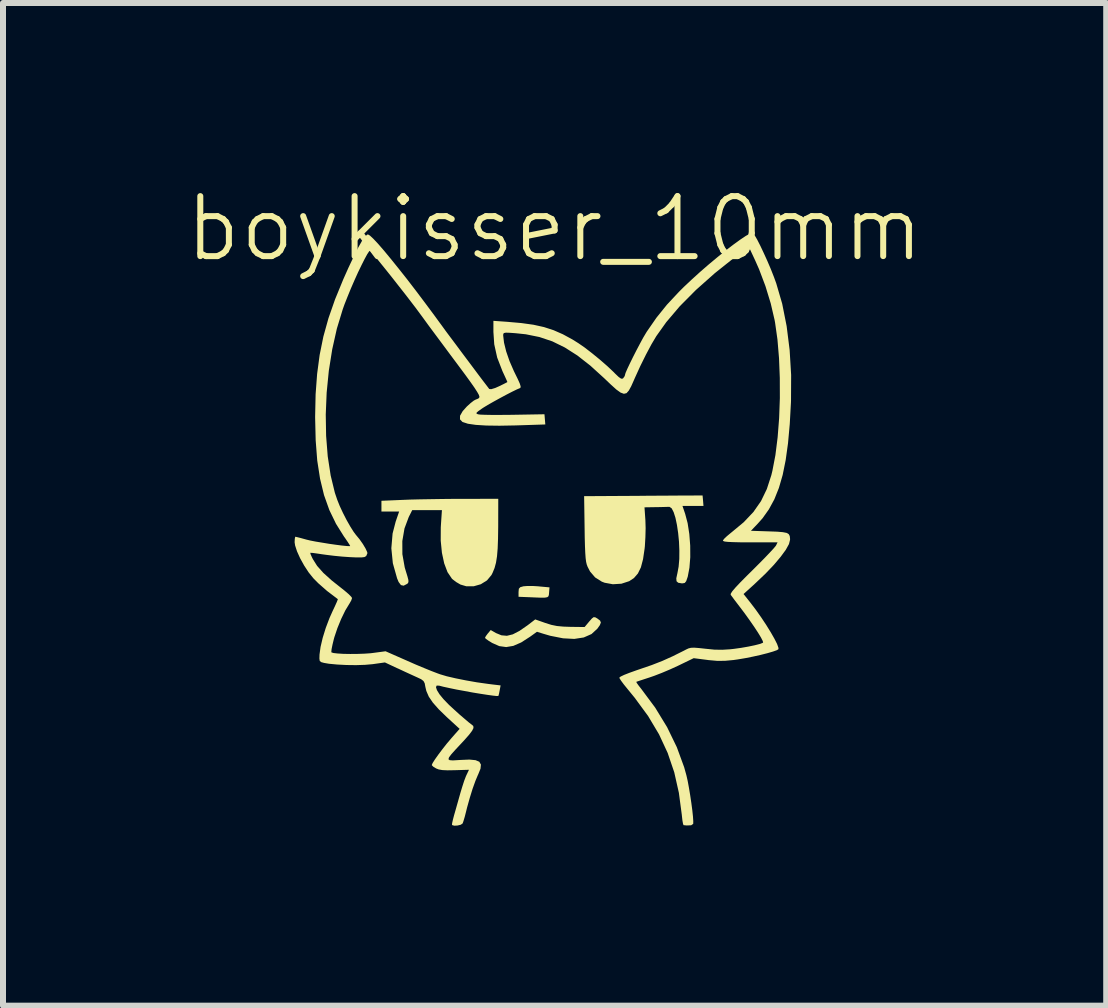
<source format=kicad_pcb>
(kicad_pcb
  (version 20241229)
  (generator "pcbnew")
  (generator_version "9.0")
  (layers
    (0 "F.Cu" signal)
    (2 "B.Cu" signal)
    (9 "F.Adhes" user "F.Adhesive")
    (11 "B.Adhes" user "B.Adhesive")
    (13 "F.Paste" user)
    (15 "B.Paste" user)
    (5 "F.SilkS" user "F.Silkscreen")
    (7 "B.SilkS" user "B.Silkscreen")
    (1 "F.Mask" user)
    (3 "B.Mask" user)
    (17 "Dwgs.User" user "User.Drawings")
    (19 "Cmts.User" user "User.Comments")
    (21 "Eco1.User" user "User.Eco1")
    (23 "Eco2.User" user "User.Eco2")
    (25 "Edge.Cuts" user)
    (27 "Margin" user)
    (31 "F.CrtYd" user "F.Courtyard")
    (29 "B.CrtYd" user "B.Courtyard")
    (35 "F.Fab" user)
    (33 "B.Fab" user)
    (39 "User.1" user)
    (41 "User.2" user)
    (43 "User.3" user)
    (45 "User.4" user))
  (footprint "boykisser_10mm"
    (layer "F.Cu")
    (at 6.193 5.761)
    (property "Reference" "boykisser_10mm" (at 0 -5 0) (unlocked yes) (layer "F.SilkS") (effects (font (size 1 1) (thickness 0.1))))
    (attr smd)
    (fp_poly (pts (xy 2.383 1.085) (xy 2.414 1.119) (xy 2.427 1.142) (xy 2.428 1.165) (xy 2.414 1.195) (xy 2.38 1.237) (xy 2.322 1.3) (xy 2.236 1.388) (xy 2.153 1.469) (xy 2.08 1.536) (xy 2.023 1.583) (xy 1.989 1.603) (xy 1.987 1.603) (xy 1.94 1.59) (xy 1.907 1.572) (xy 1.875 1.527) (xy 1.853 1.457) (xy 1.85 1.442) (xy 1.837 1.343) (xy 1.738 1.415) (xy 1.667 1.463) (xy 1.622 1.483) (xy 1.593 1.475) (xy 1.57 1.442) (xy 1.569 1.442) (xy 1.551 1.398) (xy 1.553 1.36) (xy 1.58 1.32) (xy 1.638 1.271) (xy 1.72 1.212) (xy 1.834 1.138) (xy 1.919 1.099) (xy 1.978 1.094) (xy 2.014 1.123) (xy 2.032 1.187) (xy 2.035 1.246) (xy 2.035 1.329) (xy 2.176 1.198) (xy 2.245 1.137) (xy 2.304 1.092) (xy 2.342 1.068) (xy 2.348 1.067)) (stroke (width 0) (type solid)) (fill yes) (layer "F.Mask"))
    (fp_poly (pts (xy -2.708 1.118) (xy -2.671 1.124) (xy -2.652 1.141) (xy -2.646 1.179) (xy -2.648 1.25) (xy -2.649 1.26) (xy -2.651 1.331) (xy -2.648 1.38) (xy -2.643 1.394) (xy -2.618 1.384) (xy -2.561 1.358) (xy -2.484 1.321) (xy -2.454 1.306) (xy -2.367 1.264) (xy -2.313 1.241) (xy -2.28 1.235) (xy -2.26 1.244) (xy -2.243 1.264) (xy -2.219 1.304) (xy -2.214 1.339) (xy -2.234 1.373) (xy -2.283 1.411) (xy -2.365 1.459) (xy -2.479 1.517) (xy -2.584 1.567) (xy -2.678 1.609) (xy -2.75 1.638) (xy -2.792 1.65) (xy -2.794 1.65) (xy -2.84 1.63) (xy -2.867 1.594) (xy -2.88 1.529) (xy -2.866 1.462) (xy -2.845 1.392) (xy -2.844 1.355) (xy -2.867 1.35) (xy -2.918 1.378) (xy -3.001 1.436) (xy -3.006 1.44) (xy -3.13 1.534) (xy -3.189 1.474) (xy -3.248 1.414) (xy -3.155 1.333) (xy -3.069 1.267) (xy -2.969 1.207) (xy -2.868 1.158) (xy -2.777 1.126) (xy -2.71 1.118)) (stroke (width 0) (type solid)) (fill yes) (layer "F.Mask"))
    (fp_poly (pts (xy -0.362 0.955) (xy -0.264 0.961) (xy -0.261 0.962) (xy -0.085 0.978) (xy -0.092 1.063) (xy -0.095 1.101) (xy -0.103 1.127) (xy -0.122 1.142) (xy -0.161 1.149) (xy -0.227 1.15) (xy -0.329 1.146) (xy -0.397 1.143) (xy -0.601 1.135) (xy -0.601 1.056) (xy -0.596 1.001) (xy -0.572 0.975) (xy -0.519 0.96) (xy -0.454 0.955)) (stroke (width 0) (type solid)) (fill yes) (layer "F.SilkS"))
    (fp_poly (pts (xy 0.68 1.478) (xy 0.714 1.498) (xy 0.758 1.532) (xy 0.771 1.564) (xy 0.754 1.608) (xy 0.712 1.667) (xy 0.615 1.756) (xy 0.486 1.813) (xy 0.328 1.837) (xy 0.141 1.827) (xy -0.072 1.785) (xy -0.185 1.752) (xy -0.294 1.718) (xy -0.408 1.8) (xy -0.557 1.896) (xy -0.688 1.953) (xy -0.807 1.973) (xy -0.922 1.957) (xy -1.037 1.906) (xy -1.038 1.906) (xy -1.103 1.866) (xy -1.147 1.834) (xy -1.16 1.819) (xy -1.146 1.791) (xy -1.113 1.746) (xy -1.112 1.746) (xy -1.065 1.689) (xy -0.976 1.74) (xy -0.886 1.777) (xy -0.795 1.785) (xy -0.697 1.761) (xy -0.585 1.703) (xy -0.452 1.611) (xy -0.444 1.605) (xy -0.323 1.512) (xy -0.153 1.572) (xy -0.054 1.603) (xy 0.039 1.622) (xy 0.145 1.632) (xy 0.259 1.636) (xy 0.5 1.639) (xy 0.576 1.548) (xy 0.622 1.496) (xy 0.652 1.474)) (stroke (width 0) (type solid)) (fill yes) (layer "F.SilkS"))
    (fp_poly (pts (xy -0.94 -0.036) (xy -0.943 0.167) (xy -0.949 0.33) (xy -0.96 0.461) (xy -0.977 0.568) (xy -1.001 0.656) (xy -1.033 0.734) (xy -1.052 0.772) (xy -1.127 0.862) (xy -1.23 0.926) (xy -1.349 0.96) (xy -1.471 0.96) (xy -1.569 0.931) (xy -1.641 0.889) (xy -1.702 0.842) (xy -1.713 0.831) (xy -1.785 0.724) (xy -1.84 0.578) (xy -1.878 0.402) (xy -1.898 0.2) (xy -1.897 -0.02) (xy -1.894 -0.07) (xy -1.878 -0.309) (xy -2.125 -0.309) (xy -2.373 -0.309) (xy -2.431 -0.194) (xy -2.502 -0.004) (xy -2.538 0.206) (xy -2.537 0.425) (xy -2.498 0.645) (xy -2.48 0.706) (xy -2.452 0.797) (xy -2.437 0.855) (xy -2.436 0.89) (xy -2.447 0.911) (xy -2.46 0.921) (xy -2.516 0.95) (xy -2.561 0.94) (xy -2.6 0.888) (xy -2.625 0.828) (xy -2.696 0.576) (xy -2.721 0.326) (xy -2.7 0.08) (xy -2.649 -0.117) (xy -2.591 -0.286) (xy -2.739 -0.286) (xy -2.886 -0.286) (xy -2.886 -0.375) (xy -2.886 -0.465) (xy -2.531 -0.48) (xy -2.404 -0.485) (xy -2.243 -0.489) (xy -2.058 -0.492) (xy -1.862 -0.495) (xy -1.667 -0.497) (xy -1.557 -0.497) (xy -0.939 -0.498)) (stroke (width 0) (type solid)) (fill yes) (layer "F.SilkS"))
    (fp_poly (pts (xy 2.474 -0.466) (xy 2.481 -0.379) (xy 2.306 -0.379) (xy 2.131 -0.379) (xy 2.176 -0.247) (xy 2.217 -0.092) (xy 2.245 0.089) (xy 2.26 0.283) (xy 2.261 0.475) (xy 2.247 0.651) (xy 2.219 0.799) (xy 2.215 0.811) (xy 2.193 0.875) (xy 2.169 0.904) (xy 2.134 0.911) (xy 2.117 0.911) (xy 2.06 0.901) (xy 2.032 0.876) (xy 2.028 0.827) (xy 2.046 0.744) (xy 2.047 0.74) (xy 2.067 0.632) (xy 2.078 0.504) (xy 2.079 0.363) (xy 2.073 0.217) (xy 2.059 0.073) (xy 2.039 -0.062) (xy 2.014 -0.181) (xy 1.984 -0.275) (xy 1.951 -0.339) (xy 1.915 -0.364) (xy 1.91 -0.364) (xy 1.869 -0.363) (xy 1.796 -0.361) (xy 1.705 -0.359) (xy 1.685 -0.359) (xy 1.498 -0.356) (xy 1.513 -0.14) (xy 1.517 -0.009) (xy 1.513 0.144) (xy 1.504 0.295) (xy 1.5 0.332) (xy 1.474 0.508) (xy 1.438 0.645) (xy 1.388 0.747) (xy 1.322 0.823) (xy 1.243 0.875) (xy 1.114 0.917) (xy 0.971 0.926) (xy 0.834 0.901) (xy 0.787 0.883) (xy 0.675 0.812) (xy 0.591 0.714) (xy 0.55 0.635) (xy 0.536 0.598) (xy 0.525 0.552) (xy 0.517 0.49) (xy 0.511 0.405) (xy 0.506 0.292) (xy 0.502 0.144) (xy 0.5 0) (xy 0.492 -0.542) (xy 1.176 -0.546) (xy 1.369 -0.547) (xy 1.564 -0.549) (xy 1.75 -0.55) (xy 1.919 -0.551) (xy 2.061 -0.552) (xy 2.163 -0.552) (xy 2.466 -0.554)) (stroke (width 0) (type solid)) (fill yes) (layer "F.SilkS"))
    (fp_poly (pts (xy 3.304 -4.929) (xy 3.334 -4.89) (xy 3.377 -4.816) (xy 3.429 -4.714) (xy 3.486 -4.593) (xy 3.546 -4.461) (xy 3.604 -4.325) (xy 3.656 -4.193) (xy 3.694 -4.088) (xy 3.793 -3.749) (xy 3.867 -3.376) (xy 3.917 -2.978) (xy 3.942 -2.562) (xy 3.94 -2.136) (xy 3.939 -2.105) (xy 3.919 -1.744) (xy 3.89 -1.424) (xy 3.851 -1.143) (xy 3.801 -0.896) (xy 3.738 -0.679) (xy 3.662 -0.489) (xy 3.571 -0.322) (xy 3.465 -0.173) (xy 3.382 -0.08) (xy 3.272 0.035) (xy 3.576 0.045) (xy 3.71 0.05) (xy 3.804 0.058) (xy 3.866 0.07) (xy 3.902 0.091) (xy 3.919 0.123) (xy 3.924 0.168) (xy 3.924 0.184) (xy 3.906 0.256) (xy 3.853 0.352) (xy 3.768 0.468) (xy 3.655 0.602) (xy 3.515 0.749) (xy 3.351 0.905) (xy 3.309 0.944) (xy 3.149 1.089) (xy 3.265 1.235) (xy 3.356 1.355) (xy 3.445 1.481) (xy 3.529 1.608) (xy 3.603 1.728) (xy 3.664 1.835) (xy 3.708 1.922) (xy 3.73 1.984) (xy 3.731 2.008) (xy 3.704 2.025) (xy 3.639 2.048) (xy 3.546 2.075) (xy 3.432 2.104) (xy 3.306 2.132) (xy 3.176 2.158) (xy 3.051 2.179) (xy 2.98 2.189) (xy 2.839 2.202) (xy 2.71 2.203) (xy 2.565 2.19) (xy 2.544 2.187) (xy 2.318 2.158) (xy 2.054 2.286) (xy 1.927 2.344) (xy 1.79 2.402) (xy 1.661 2.452) (xy 1.58 2.48) (xy 1.488 2.51) (xy 1.415 2.534) (xy 1.37 2.549) (xy 1.361 2.553) (xy 1.37 2.572) (xy 1.402 2.617) (xy 1.444 2.67) (xy 1.676 2.982) (xy 1.875 3.308) (xy 2.037 3.642) (xy 2.159 3.975) (xy 2.197 4.112) (xy 2.218 4.205) (xy 2.239 4.319) (xy 2.26 4.445) (xy 2.279 4.573) (xy 2.295 4.694) (xy 2.306 4.798) (xy 2.311 4.876) (xy 2.31 4.919) (xy 2.309 4.92) (xy 2.276 4.943) (xy 2.202 4.946) (xy 2.149 4.941) (xy 2.14 4.918) (xy 2.13 4.861) (xy 2.121 4.781) (xy 2.12 4.77) (xy 2.071 4.402) (xy 1.994 4.06) (xy 1.884 3.737) (xy 1.74 3.427) (xy 1.558 3.122) (xy 1.334 2.817) (xy 1.213 2.669) (xy 1.153 2.595) (xy 1.107 2.533) (xy 1.081 2.491) (xy 1.079 2.482) (xy 1.1 2.465) (xy 1.158 2.437) (xy 1.247 2.402) (xy 1.359 2.362) (xy 1.423 2.34) (xy 1.621 2.272) (xy 1.795 2.204) (xy 1.966 2.127) (xy 2.153 2.034) (xy 2.193 2.013) (xy 2.232 1.995) (xy 2.273 1.985) (xy 2.327 1.983) (xy 2.404 1.989) (xy 2.515 2.001) (xy 2.665 2.016) (xy 2.793 2.018) (xy 2.925 2.01) (xy 2.987 2.003) (xy 3.109 1.986) (xy 3.229 1.965) (xy 3.335 1.943) (xy 3.417 1.922) (xy 3.467 1.903) (xy 3.475 1.898) (xy 3.469 1.872) (xy 3.44 1.815) (xy 3.391 1.734) (xy 3.326 1.635) (xy 3.249 1.524) (xy 3.165 1.407) (xy 3.122 1.35) (xy 3.055 1.262) (xy 2.996 1.185) (xy 2.954 1.128) (xy 2.934 1.102) (xy 2.937 1.081) (xy 2.962 1.042) (xy 3.014 0.981) (xy 3.094 0.896) (xy 3.204 0.785) (xy 3.288 0.702) (xy 3.398 0.592) (xy 3.498 0.491) (xy 3.582 0.403) (xy 3.645 0.335) (xy 3.683 0.29) (xy 3.69 0.28) (xy 3.716 0.227) (xy 3.26 0.227) (xy 3.095 0.227) (xy 2.973 0.224) (xy 2.887 0.22) (xy 2.834 0.214) (xy 2.809 0.205) (xy 2.805 0.198) (xy 2.823 0.171) (xy 2.87 0.126) (xy 2.936 0.071) (xy 2.951 0.059) (xy 3.152 -0.108) (xy 3.313 -0.278) (xy 3.44 -0.46) (xy 3.537 -0.661) (xy 3.612 -0.892) (xy 3.63 -0.966) (xy 3.68 -1.227) (xy 3.717 -1.523) (xy 3.742 -1.843) (xy 3.754 -2.176) (xy 3.753 -2.513) (xy 3.74 -2.842) (xy 3.714 -3.153) (xy 3.674 -3.436) (xy 3.666 -3.479) (xy 3.602 -3.754) (xy 3.514 -4.042) (xy 3.408 -4.323) (xy 3.343 -4.47) (xy 3.235 -4.701) (xy 3.026 -4.542) (xy 2.67 -4.258) (xy 2.356 -3.979) (xy 2.086 -3.707) (xy 1.861 -3.442) (xy 1.695 -3.209) (xy 1.613 -3.071) (xy 1.522 -2.9) (xy 1.427 -2.708) (xy 1.335 -2.506) (xy 1.323 -2.478) (xy 1.277 -2.375) (xy 1.237 -2.302) (xy 1.199 -2.259) (xy 1.155 -2.248) (xy 1.1 -2.268) (xy 1.029 -2.319) (xy 0.936 -2.403) (xy 0.826 -2.508) (xy 0.596 -2.717) (xy 0.38 -2.886) (xy 0.17 -3.02) (xy -0.038 -3.122) (xy -0.253 -3.194) (xy -0.48 -3.24) (xy -0.653 -3.258) (xy -0.751 -3.265) (xy -0.811 -3.267) (xy -0.843 -3.261) (xy -0.855 -3.247) (xy -0.857 -3.222) (xy -0.857 -3.22) (xy -0.843 -3.1) (xy -0.807 -2.954) (xy -0.751 -2.792) (xy -0.679 -2.627) (xy -0.666 -2.6) (xy -0.613 -2.492) (xy -0.58 -2.418) (xy -0.566 -2.372) (xy -0.569 -2.349) (xy -0.577 -2.343) (xy -0.627 -2.322) (xy -0.707 -2.283) (xy -0.806 -2.232) (xy -0.914 -2.174) (xy -1.021 -2.115) (xy -1.116 -2.061) (xy -1.188 -2.017) (xy -1.203 -2.007) (xy -1.269 -1.961) (xy -1.3 -1.934) (xy -1.302 -1.918) (xy -1.278 -1.907) (xy -1.274 -1.906) (xy -1.236 -1.901) (xy -1.159 -1.898) (xy -1.05 -1.896) (xy -0.916 -1.896) (xy -0.766 -1.897) (xy -0.695 -1.898) (xy -0.169 -1.907) (xy -0.162 -1.822) (xy -0.155 -1.737) (xy -0.652 -1.721) (xy -0.918 -1.716) (xy -1.139 -1.719) (xy -1.314 -1.73) (xy -1.445 -1.749) (xy -1.531 -1.777) (xy -1.536 -1.779) (xy -1.577 -1.822) (xy -1.576 -1.882) (xy -1.532 -1.959) (xy -1.462 -2.037) (xy -1.399 -2.094) (xy -1.346 -2.135) (xy -1.314 -2.152) (xy -1.313 -2.152) (xy -1.273 -2.168) (xy -1.256 -2.184) (xy -1.253 -2.201) (xy -1.263 -2.231) (xy -1.29 -2.279) (xy -1.335 -2.349) (xy -1.401 -2.443) (xy -1.49 -2.566) (xy -1.606 -2.722) (xy -1.62 -2.741) (xy -1.738 -2.899) (xy -1.861 -3.065) (xy -1.983 -3.229) (xy -2.096 -3.381) (xy -2.192 -3.513) (xy -2.248 -3.589) (xy -2.316 -3.681) (xy -2.401 -3.792) (xy -2.498 -3.918) (xy -2.602 -4.05) (xy -2.707 -4.184) (xy -2.809 -4.312) (xy -2.902 -4.427) (xy -2.981 -4.525) (xy -3.041 -4.597) (xy -3.074 -4.633) (xy -3.091 -4.622) (xy -3.123 -4.574) (xy -3.166 -4.495) (xy -3.218 -4.392) (xy -3.276 -4.272) (xy -3.336 -4.139) (xy -3.396 -4.001) (xy -3.452 -3.864) (xy -3.503 -3.735) (xy -3.531 -3.656) (xy -3.629 -3.334) (xy -3.706 -2.99) (xy -3.763 -2.632) (xy -3.799 -2.267) (xy -3.814 -1.902) (xy -3.808 -1.546) (xy -3.781 -1.205) (xy -3.732 -0.886) (xy -3.662 -0.598) (xy -3.622 -0.48) (xy -3.581 -0.378) (xy -3.527 -0.262) (xy -3.466 -0.143) (xy -3.404 -0.034) (xy -3.349 0.053) (xy -3.314 0.1) (xy -3.252 0.175) (xy -3.195 0.256) (xy -3.15 0.332) (xy -3.123 0.391) (xy -3.12 0.41) (xy -3.14 0.456) (xy -3.169 0.473) (xy -3.218 0.479) (xy -3.303 0.479) (xy -3.414 0.474) (xy -3.542 0.465) (xy -3.675 0.452) (xy -3.805 0.436) (xy -3.878 0.426) (xy -3.965 0.413) (xy -4.032 0.404) (xy -4.069 0.402) (xy -4.072 0.403) (xy -4.067 0.425) (xy -4.045 0.475) (xy -4.029 0.507) (xy -3.958 0.62) (xy -3.854 0.737) (xy -3.713 0.864) (xy -3.583 0.967) (xy -3.5 1.033) (xy -3.432 1.091) (xy -3.389 1.135) (xy -3.376 1.156) (xy -3.389 1.196) (xy -3.419 1.249) (xy -3.42 1.25) (xy -3.488 1.362) (xy -3.557 1.504) (xy -3.62 1.658) (xy -3.671 1.81) (xy -3.68 1.843) (xy -3.702 1.934) (xy -3.717 2.008) (xy -3.721 2.053) (xy -3.72 2.061) (xy -3.686 2.072) (xy -3.616 2.08) (xy -3.519 2.086) (xy -3.405 2.088) (xy -3.286 2.087) (xy -3.17 2.083) (xy -3.068 2.076) (xy -3.027 2.071) (xy -2.817 2.043) (xy -2.449 2.205) (xy -2.313 2.265) (xy -2.176 2.322) (xy -2.051 2.373) (xy -1.949 2.412) (xy -1.907 2.427) (xy -1.796 2.46) (xy -1.649 2.494) (xy -1.48 2.528) (xy -1.298 2.56) (xy -1.115 2.586) (xy -1.036 2.596) (xy -0.9 2.612) (xy -0.916 2.697) (xy -0.927 2.753) (xy -0.936 2.785) (xy -0.937 2.787) (xy -0.964 2.789) (xy -1.029 2.782) (xy -1.123 2.769) (xy -1.239 2.751) (xy -1.368 2.73) (xy -1.502 2.705) (xy -1.634 2.681) (xy -1.754 2.656) (xy -1.855 2.634) (xy -1.924 2.616) (xy -1.966 2.615) (xy -1.977 2.642) (xy -1.961 2.691) (xy -1.919 2.759) (xy -1.854 2.839) (xy -1.769 2.927) (xy -1.756 2.94) (xy -1.671 3.018) (xy -1.584 3.097) (xy -1.501 3.168) (xy -1.433 3.226) (xy -1.388 3.261) (xy -1.379 3.267) (xy -1.355 3.289) (xy -1.352 3.322) (xy -1.375 3.368) (xy -1.425 3.434) (xy -1.505 3.525) (xy -1.547 3.57) (xy -1.649 3.679) (xy -1.72 3.758) (xy -1.76 3.811) (xy -1.769 3.843) (xy -1.748 3.858) (xy -1.696 3.862) (xy -1.615 3.857) (xy -1.562 3.854) (xy -1.419 3.848) (xy -1.317 3.858) (xy -1.255 3.884) (xy -1.228 3.931) (xy -1.235 4) (xy -1.273 4.094) (xy -1.279 4.106) (xy -1.32 4.204) (xy -1.367 4.335) (xy -1.414 4.487) (xy -1.459 4.648) (xy -1.476 4.717) (xy -1.498 4.803) (xy -1.519 4.873) (xy -1.533 4.913) (xy -1.534 4.913) (xy -1.564 4.934) (xy -1.618 4.947) (xy -1.672 4.95) (xy -1.707 4.94) (xy -1.71 4.937) (xy -1.708 4.909) (xy -1.695 4.85) (xy -1.675 4.774) (xy -1.648 4.68) (xy -1.615 4.563) (xy -1.581 4.443) (xy -1.571 4.407) (xy -1.539 4.301) (xy -1.507 4.202) (xy -1.478 4.126) (xy -1.468 4.104) (xy -1.427 4.018) (xy -1.664 4.025) (xy -1.786 4.027) (xy -1.872 4.023) (xy -1.933 4.012) (xy -1.974 3.996) (xy -2.023 3.966) (xy -2.046 3.942) (xy -2.047 3.939) (xy -2.033 3.906) (xy -1.995 3.846) (xy -1.939 3.767) (xy -1.872 3.678) (xy -1.8 3.586) (xy -1.727 3.5) (xy -1.719 3.49) (xy -1.583 3.336) (xy -1.796 3.141) (xy -1.93 3.011) (xy -2.029 2.899) (xy -2.097 2.799) (xy -2.138 2.704) (xy -2.154 2.636) (xy -2.165 2.577) (xy -2.185 2.539) (xy -2.224 2.509) (xy -2.294 2.476) (xy -2.301 2.473) (xy -2.384 2.435) (xy -2.491 2.386) (xy -2.6 2.335) (xy -2.63 2.322) (xy -2.828 2.229) (xy -3.033 2.258) (xy -3.158 2.269) (xy -3.308 2.274) (xy -3.468 2.272) (xy -3.624 2.264) (xy -3.761 2.251) (xy -3.843 2.237) (xy -3.89 2.224) (xy -3.914 2.205) (xy -3.92 2.166) (xy -3.918 2.098) (xy -3.901 1.972) (xy -3.865 1.819) (xy -3.814 1.654) (xy -3.752 1.49) (xy -3.7 1.374) (xy -3.66 1.289) (xy -3.63 1.222) (xy -3.614 1.181) (xy -3.613 1.174) (xy -3.792 1.038) (xy -3.939 0.909) (xy -4.02 0.827) (xy -4.099 0.729) (xy -4.174 0.614) (xy -4.241 0.493) (xy -4.293 0.378) (xy -4.325 0.279) (xy -4.333 0.226) (xy -4.33 0.168) (xy -4.323 0.136) (xy -4.321 0.134) (xy -4.294 0.14) (xy -4.234 0.155) (xy -4.154 0.177) (xy -4.14 0.181) (xy -4.074 0.197) (xy -3.982 0.215) (xy -3.873 0.233) (xy -3.758 0.252) (xy -3.645 0.268) (xy -3.544 0.281) (xy -3.465 0.289) (xy -3.417 0.291) (xy -3.407 0.289) (xy -3.417 0.269) (xy -3.448 0.221) (xy -3.494 0.153) (xy -3.509 0.133) (xy -3.643 -0.081) (xy -3.754 -0.31) (xy -3.843 -0.56) (xy -3.909 -0.833) (xy -3.956 -1.136) (xy -3.982 -1.473) (xy -3.991 -1.849) (xy -3.991 -1.872) (xy -3.983 -2.241) (xy -3.958 -2.578) (xy -3.916 -2.895) (xy -3.854 -3.201) (xy -3.769 -3.507) (xy -3.659 -3.822) (xy -3.522 -4.156) (xy -3.435 -4.351) (xy -3.345 -4.541) (xy -3.271 -4.689) (xy -3.21 -4.797) (xy -3.161 -4.867) (xy -3.124 -4.9) (xy -3.11 -4.904) (xy -3.078 -4.885) (xy -3.021 -4.832) (xy -2.942 -4.748) (xy -2.844 -4.635) (xy -2.73 -4.497) (xy -2.601 -4.337) (xy -2.46 -4.159) (xy -2.311 -3.965) (xy -2.156 -3.759) (xy -1.997 -3.545) (xy -1.925 -3.446) (xy -1.877 -3.381) (xy -1.812 -3.291) (xy -1.732 -3.184) (xy -1.642 -3.064) (xy -1.547 -2.936) (xy -1.451 -2.808) (xy -1.358 -2.684) (xy -1.273 -2.57) (xy -1.199 -2.472) (xy -1.14 -2.395) (xy -1.102 -2.345) (xy -1.089 -2.328) (xy -1.056 -2.325) (xy -0.99 -2.345) (xy -0.927 -2.373) (xy -0.857 -2.407) (xy -0.806 -2.433) (xy -0.787 -2.444) (xy -0.796 -2.466) (xy -0.82 -2.519) (xy -0.855 -2.595) (xy -0.869 -2.625) (xy -0.957 -2.852) (xy -1.006 -3.073) (xy -1.02 -3.28) (xy -1.02 -3.464) (xy -0.793 -3.448) (xy -0.555 -3.427) (xy -0.353 -3.399) (xy -0.177 -3.36) (xy -0.017 -3.308) (xy 0.138 -3.24) (xy 0.298 -3.153) (xy 0.397 -3.091) (xy 0.501 -3.019) (xy 0.624 -2.924) (xy 0.755 -2.817) (xy 0.879 -2.709) (xy 0.985 -2.609) (xy 1.007 -2.586) (xy 1.069 -2.527) (xy 1.109 -2.5) (xy 1.137 -2.502) (xy 1.141 -2.505) (xy 1.168 -2.543) (xy 1.172 -2.559) (xy 1.182 -2.595) (xy 1.211 -2.662) (xy 1.254 -2.753) (xy 1.306 -2.859) (xy 1.363 -2.971) (xy 1.421 -3.081) (xy 1.475 -3.181) (xy 1.522 -3.26) (xy 1.536 -3.283) (xy 1.698 -3.517) (xy 1.872 -3.733) (xy 2.071 -3.946) (xy 2.155 -4.03) (xy 2.287 -4.154) (xy 2.427 -4.281) (xy 2.571 -4.406) (xy 2.714 -4.525) (xy 2.851 -4.636) (xy 2.979 -4.734) (xy 3.092 -4.816) (xy 3.186 -4.879) (xy 3.256 -4.918) (xy 3.297 -4.931)) (stroke (width 0) (type solid)) (fill yes) (layer "F.SilkS")))
  (gr_rect
    (start -3 -3)
    (end 15.386 13.71)
    (stroke (width 0.1) (type default))
    (fill no)
    (layer "Edge.Cuts")))
</source>
